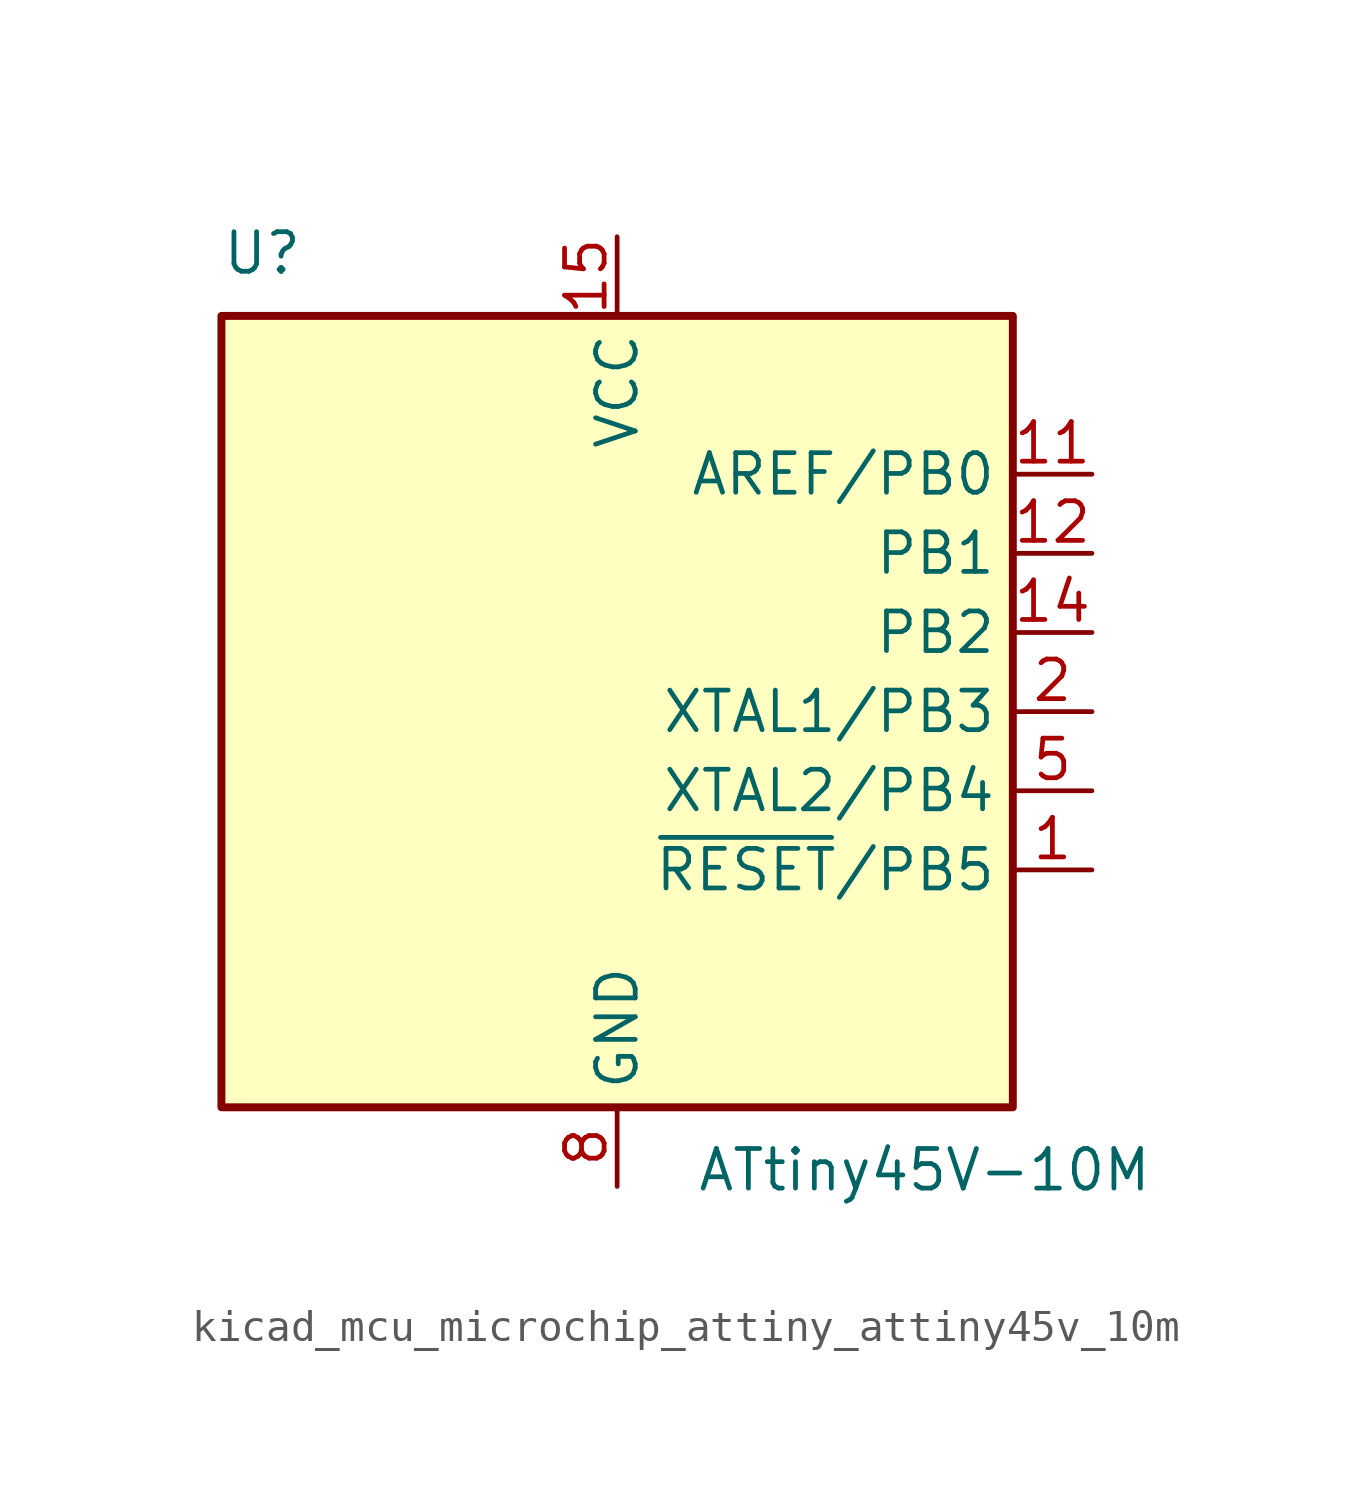
<source format=kicad_sym>
(kicad_symbol_lib
  (version 20220914)
  (generator kicad_symbol_editor)
  (symbol "kicad_mcu_microchip_attiny_attiny45v_10m"
    (property "Reference" "U"
      (at -12.7 13.97 0)
      (effects (font (size 1.27 1.27)) (justify left bottom)))
    (property "Value" "ATtiny45V-10M"
      (at 2.54 -13.97 0)
      (effects (font (size 1.27 1.27)) (justify left top)))
    (symbol "kicad_mcu_microchip_attiny_attiny45v_10m_0_1"
      (rectangle (start -12.7 -12.7) (end 12.7 12.7) (stroke (width 0.254) (type default)) (fill (type background))))
    (symbol "kicad_mcu_microchip_attiny_attiny45v_10m_1_1"
      (pin bidirectional line (at 15.24 -5.08 180) (length 2.54) (name "~{RESET}/PB5" (effects (font (size 1.27 1.27)))) (number "1" (effects (font (size 1.27 1.27)))))
      (pin no_connect line (at -12.7 -2.54 0) (length 2.54) hide (name "NC" (effects (font (size 1.27 1.27)))) (number "10" (effects (font (size 1.27 1.27)))))
      (pin bidirectional line (at 15.24 7.62 180) (length 2.54) (name "AREF/PB0" (effects (font (size 1.27 1.27)))) (number "11" (effects (font (size 1.27 1.27)))))
      (pin bidirectional line (at 15.24 5.08 180) (length 2.54) (name "PB1" (effects (font (size 1.27 1.27)))) (number "12" (effects (font (size 1.27 1.27)))))
      (pin no_connect line (at -12.7 -5.08 0) (length 2.54) hide (name "NC" (effects (font (size 1.27 1.27)))) (number "13" (effects (font (size 1.27 1.27)))))
      (pin bidirectional line (at 15.24 2.54 180) (length 2.54) (name "PB2" (effects (font (size 1.27 1.27)))) (number "14" (effects (font (size 1.27 1.27)))))
      (pin power_in line (at 0 15.24 270) (length 2.54) (name "VCC" (effects (font (size 1.27 1.27)))) (number "15" (effects (font (size 1.27 1.27)))))
      (pin no_connect line (at -12.7 -7.62 0) (length 2.54) hide (name "NC" (effects (font (size 1.27 1.27)))) (number "16" (effects (font (size 1.27 1.27)))))
      (pin no_connect line (at -12.7 -10.16 0) (length 2.54) hide (name "NC" (effects (font (size 1.27 1.27)))) (number "17" (effects (font (size 1.27 1.27)))))
      (pin no_connect line (at -7.62 -12.7 90) (length 2.54) hide (name "NC" (effects (font (size 1.27 1.27)))) (number "18" (effects (font (size 1.27 1.27)))))
      (pin no_connect line (at -5.08 -12.7 90) (length 2.54) hide (name "NC" (effects (font (size 1.27 1.27)))) (number "19" (effects (font (size 1.27 1.27)))))
      (pin bidirectional line (at 15.24 0 180) (length 2.54) (name "XTAL1/PB3" (effects (font (size 1.27 1.27)))) (number "2" (effects (font (size 1.27 1.27)))))
      (pin no_connect line (at -2.54 -12.7 90) (length 2.54) hide (name "NC" (effects (font (size 1.27 1.27)))) (number "20" (effects (font (size 1.27 1.27)))))
      (pin passive line (at 0 -15.24 90) (length 2.54) hide (name "GND" (effects (font (size 1.27 1.27)))) (number "21" (effects (font (size 1.27 1.27)))))
      (pin no_connect line (at -12.7 10.16 0) (length 2.54) hide (name "NC" (effects (font (size 1.27 1.27)))) (number "3" (effects (font (size 1.27 1.27)))))
      (pin no_connect line (at -12.7 7.62 0) (length 2.54) hide (name "NC" (effects (font (size 1.27 1.27)))) (number "4" (effects (font (size 1.27 1.27)))))
      (pin bidirectional line (at 15.24 -2.54 180) (length 2.54) (name "XTAL2/PB4" (effects (font (size 1.27 1.27)))) (number "5" (effects (font (size 1.27 1.27)))))
      (pin no_connect line (at -12.7 5.08 0) (length 2.54) hide (name "NC" (effects (font (size 1.27 1.27)))) (number "6" (effects (font (size 1.27 1.27)))))
      (pin no_connect line (at -12.7 2.54 0) (length 2.54) hide (name "NC" (effects (font (size 1.27 1.27)))) (number "7" (effects (font (size 1.27 1.27)))))
      (pin power_in line (at 0 -15.24 90) (length 2.54) (name "GND" (effects (font (size 1.27 1.27)))) (number "8" (effects (font (size 1.27 1.27)))))
      (pin no_connect line (at -12.7 0 0) (length 2.54) hide (name "NC" (effects (font (size 1.27 1.27)))) (number "9" (effects (font (size 1.27 1.27))))))))
</source>
